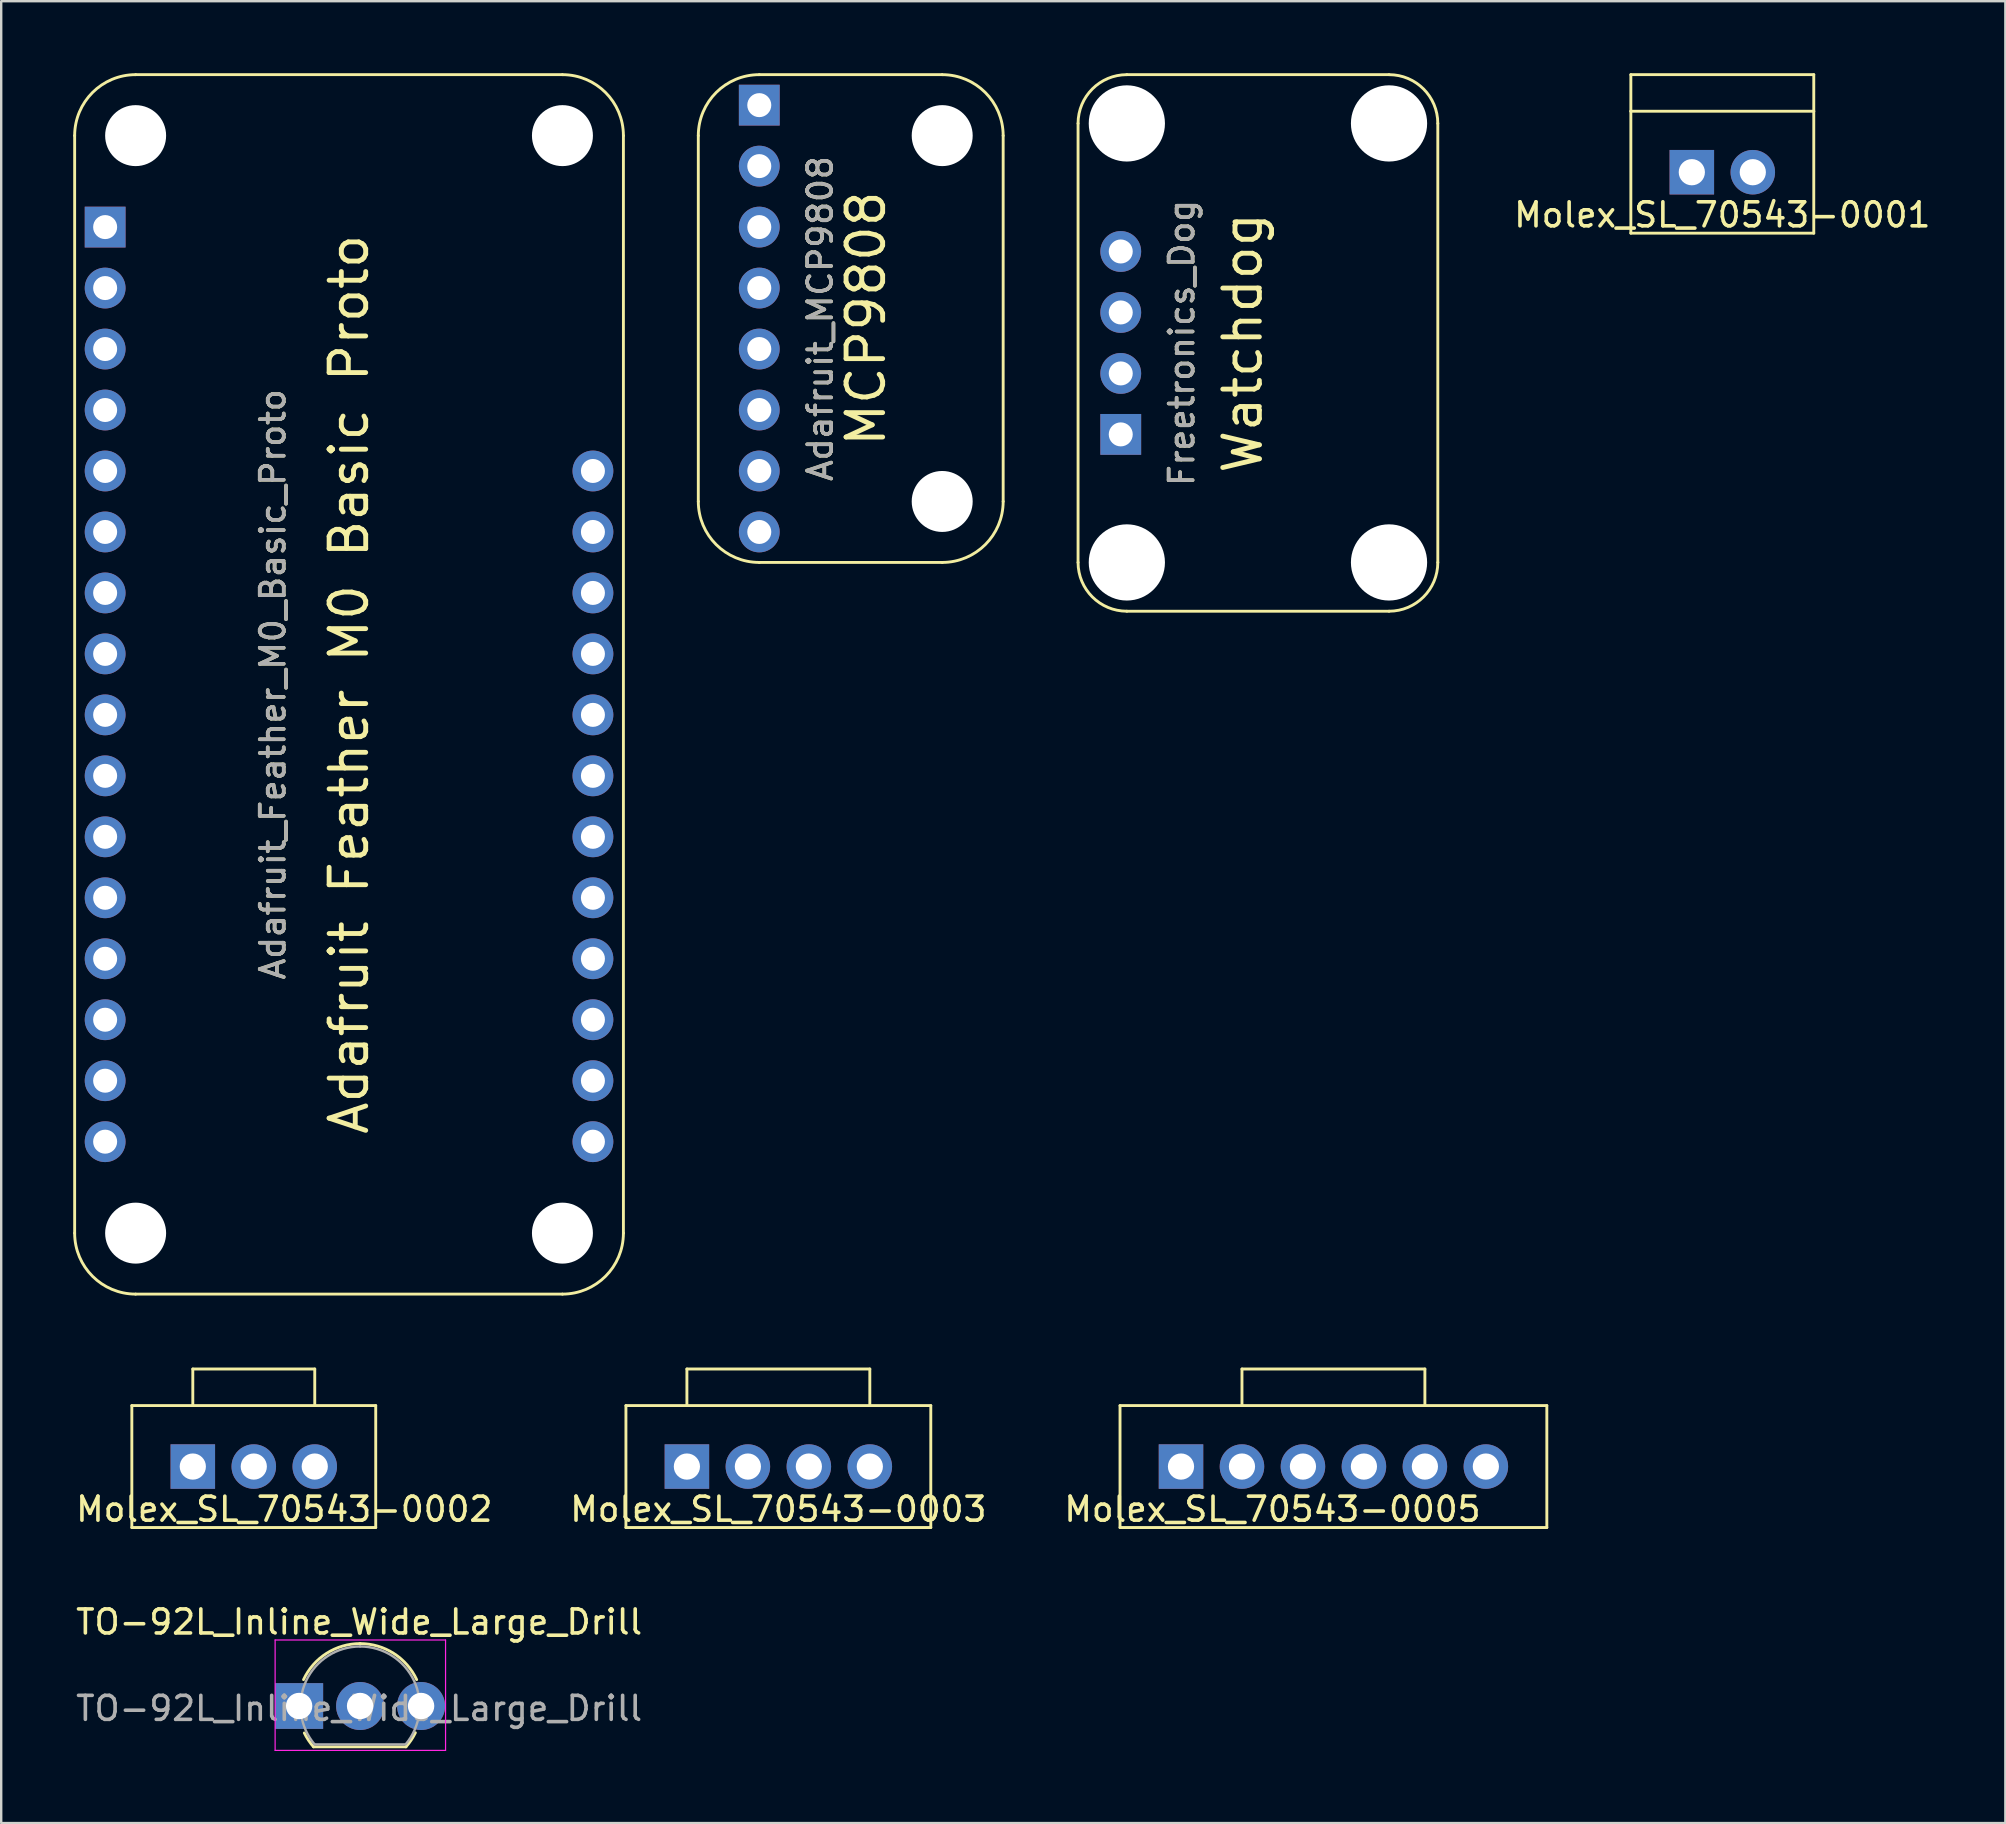
<source format=kicad_pcb>
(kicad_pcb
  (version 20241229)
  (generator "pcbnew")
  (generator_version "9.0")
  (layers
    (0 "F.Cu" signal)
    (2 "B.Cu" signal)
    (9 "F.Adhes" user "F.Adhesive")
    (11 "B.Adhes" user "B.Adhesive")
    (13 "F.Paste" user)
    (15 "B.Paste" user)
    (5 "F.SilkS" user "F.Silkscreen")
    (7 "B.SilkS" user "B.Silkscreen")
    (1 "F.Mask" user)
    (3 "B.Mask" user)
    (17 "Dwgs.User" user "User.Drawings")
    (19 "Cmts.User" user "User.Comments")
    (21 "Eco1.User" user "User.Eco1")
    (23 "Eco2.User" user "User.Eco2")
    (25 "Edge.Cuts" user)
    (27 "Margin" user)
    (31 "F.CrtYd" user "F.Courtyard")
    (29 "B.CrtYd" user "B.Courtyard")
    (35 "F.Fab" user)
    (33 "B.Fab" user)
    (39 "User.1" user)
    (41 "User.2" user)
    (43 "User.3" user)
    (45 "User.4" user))
  (footprint "Molex_SL_70543-0001"
    (layer "F.Cu")
    (at 67.428 4.124)
    (property "Reference" "Molex_SL_70543-0001" (at 1.27 1.778 0) (layer "F.SilkS") (effects (font (size 1 1) (thickness 0.15))))
    (attr through_hole)
    (fp_line (start -2.54 -4.064) (end 5.08 -4.064) (stroke (width 0.12) (type solid)) (layer "F.SilkS"))
    (fp_line (start -2.54 -2.54) (end -2.54 -4.064) (stroke (width 0.12) (type solid)) (layer "F.SilkS"))
    (fp_line (start -2.54 -2.54) (end 5.08 -2.54) (stroke (width 0.12) (type solid)) (layer "F.SilkS"))
    (fp_line (start -2.54 2.54) (end -2.54 -2.54) (stroke (width 0.12) (type solid)) (layer "F.SilkS"))
    (fp_line (start 5.08 -4.064) (end 5.08 -2.54) (stroke (width 0.12) (type solid)) (layer "F.SilkS"))
    (fp_line (start 5.08 -2.54) (end 5.08 2.54) (stroke (width 0.12) (type solid)) (layer "F.SilkS"))
    (fp_line (start 5.08 2.54) (end -2.54 2.54) (stroke (width 0.12) (type solid)) (layer "F.SilkS"))
    (pad "1" thru_hole rect (at 0 0) (size 1.854 1.854) (drill 1.092) (layers "*.Cu" "*.Mask"))
    (pad "2" thru_hole circle (at 2.54 0) (size 1.854 1.854) (drill 1.092) (layers "*.Cu" "*.Mask")))
  (footprint "Adafruit_Feather_M0_Basic_Proto"
    (layer "F.Cu")
    (at 1.33 25.46)
    (property "Reference" "Adafruit_Feather_M0_Basic_Proto" (at 6.985 0 90) (layer "F.SilkS") (effects (font (size 1 1) (thickness 0.15))))
    (attr through_hole)
    (fp_line (start -1.27 -22.86) (end -1.27 22.86) (stroke (width 0.12) (type solid)) (layer "F.SilkS"))
    (fp_line (start 1.27 -25.4) (end 19.05 -25.4) (stroke (width 0.12) (type solid)) (layer "F.SilkS"))
    (fp_line (start 19.05 25.4) (end 1.27 25.4) (stroke (width 0.12) (type solid)) (layer "F.SilkS"))
    (fp_line (start 21.59 -22.86) (end 21.59 22.86) (stroke (width 0.12) (type solid)) (layer "F.SilkS"))
    (fp_arc (start -1.27 -22.86) (mid -0.526051 -24.656051) (end 1.27 -25.4) (stroke (width 0.12) (type solid)) (layer "F.SilkS"))
    (fp_arc (start 1.27 25.4) (mid -0.526051 24.656051) (end -1.27 22.86) (stroke (width 0.12) (type solid)) (layer "F.SilkS"))
    (fp_arc (start 19.05 -25.4) (mid 20.846051 -24.656051) (end 21.59 -22.86) (stroke (width 0.12) (type solid)) (layer "F.SilkS"))
    (fp_arc (start 21.59 22.86) (mid 20.846051 24.656051) (end 19.05 25.4) (stroke (width 0.12) (type solid)) (layer "F.SilkS"))
    (fp_text user "Adafruit Feather M0 Basic Proto" (at 10.16 0 90) (layer "F.SilkS") (effects (font (size 1.524 1.524) (thickness 0.203))))
    (fp_text user "${REFERENCE}" (at 6.985 0 90) (layer "F.Fab") (effects (font (size 1 1) (thickness 0.15))))
    (pad "" np_thru_hole circle (at 1.27 -22.86) (size 2.54 2.54) (drill 2.54) (layers "*.Cu" "*.Mask"))
    (pad "" np_thru_hole circle (at 1.27 22.86) (size 2.54 2.54) (drill 2.54) (layers "*.Cu" "*.Mask"))
    (pad "" np_thru_hole circle (at 19.05 -22.86) (size 2.54 2.54) (drill 2.54) (layers "*.Cu" "*.Mask"))
    (pad "" np_thru_hole circle (at 19.05 22.86) (size 2.54 2.54) (drill 2.54) (layers "*.Cu" "*.Mask"))
    (pad "1" thru_hole rect (at 0 -19.05) (size 1.7 1.7) (drill 1) (layers "*.Cu" "*.Mask"))
    (pad "2" thru_hole oval (at 0 -16.51) (size 1.7 1.7) (drill 1) (layers "*.Cu" "*.Mask"))
    (pad "3" thru_hole oval (at 0 -13.97) (size 1.7 1.7) (drill 1) (layers "*.Cu" "*.Mask"))
    (pad "4" thru_hole oval (at 0 -11.43) (size 1.7 1.7) (drill 1) (layers "*.Cu" "*.Mask"))
    (pad "5" thru_hole oval (at 0 -8.89) (size 1.7 1.7) (drill 1) (layers "*.Cu" "*.Mask"))
    (pad "6" thru_hole oval (at 0 -6.35) (size 1.7 1.7) (drill 1) (layers "*.Cu" "*.Mask"))
    (pad "7" thru_hole oval (at 0 -3.81) (size 1.7 1.7) (drill 1) (layers "*.Cu" "*.Mask"))
    (pad "8" thru_hole oval (at 0 -1.27) (size 1.7 1.7) (drill 1) (layers "*.Cu" "*.Mask"))
    (pad "9" thru_hole oval (at 0 1.27) (size 1.7 1.7) (drill 1) (layers "*.Cu" "*.Mask"))
    (pad "10" thru_hole oval (at 0 3.81) (size 1.7 1.7) (drill 1) (layers "*.Cu" "*.Mask"))
    (pad "11" thru_hole oval (at 0 6.35) (size 1.7 1.7) (drill 1) (layers "*.Cu" "*.Mask"))
    (pad "12" thru_hole oval (at 0 8.89) (size 1.7 1.7) (drill 1) (layers "*.Cu" "*.Mask"))
    (pad "13" thru_hole oval (at 0 11.43) (size 1.7 1.7) (drill 1) (layers "*.Cu" "*.Mask"))
    (pad "14" thru_hole oval (at 0 13.97) (size 1.7 1.7) (drill 1) (layers "*.Cu" "*.Mask"))
    (pad "15" thru_hole oval (at 0 16.51) (size 1.7 1.7) (drill 1) (layers "*.Cu" "*.Mask"))
    (pad "16" thru_hole oval (at 0 19.05) (size 1.7 1.7) (drill 1) (layers "*.Cu" "*.Mask"))
    (pad "17" thru_hole oval (at 20.32 19.05) (size 1.7 1.7) (drill 1) (layers "*.Cu" "*.Mask"))
    (pad "18" thru_hole oval (at 20.32 16.51) (size 1.7 1.7) (drill 1) (layers "*.Cu" "*.Mask"))
    (pad "19" thru_hole oval (at 20.32 13.97) (size 1.7 1.7) (drill 1) (layers "*.Cu" "*.Mask"))
    (pad "20" thru_hole oval (at 20.32 11.43) (size 1.7 1.7) (drill 1) (layers "*.Cu" "*.Mask"))
    (pad "21" thru_hole oval (at 20.32 8.89) (size 1.7 1.7) (drill 1) (layers "*.Cu" "*.Mask"))
    (pad "22" thru_hole oval (at 20.32 6.35) (size 1.7 1.7) (drill 1) (layers "*.Cu" "*.Mask"))
    (pad "23" thru_hole oval (at 20.32 3.81) (size 1.7 1.7) (drill 1) (layers "*.Cu" "*.Mask"))
    (pad "24" thru_hole oval (at 20.32 1.27) (size 1.7 1.7) (drill 1) (layers "*.Cu" "*.Mask"))
    (pad "25" thru_hole oval (at 20.32 -1.27) (size 1.7 1.7) (drill 1) (layers "*.Cu" "*.Mask"))
    (pad "26" thru_hole oval (at 20.32 -3.81) (size 1.7 1.7) (drill 1) (layers "*.Cu" "*.Mask"))
    (pad "27" thru_hole oval (at 20.32 -6.35) (size 1.7 1.7) (drill 1) (layers "*.Cu" "*.Mask"))
    (pad "28" thru_hole oval (at 20.32 -8.89) (size 1.7 1.7) (drill 1) (layers "*.Cu" "*.Mask")))
  (footprint "Molex_SL_70543-0003"
    (layer "F.Cu")
    (at 25.565 58.044)
    (property "Reference" "Molex_SL_70543-0003" (at 3.81 1.778 0) (layer "F.SilkS") (effects (font (size 1 1) (thickness 0.15))))
    (attr through_hole)
    (fp_line (start -2.54 -2.54) (end 10.16 -2.54) (stroke (width 0.12) (type solid)) (layer "F.SilkS"))
    (fp_line (start -2.54 2.54) (end -2.54 -2.54) (stroke (width 0.12) (type solid)) (layer "F.SilkS"))
    (fp_line (start 0 -4.064) (end 7.62 -4.064) (stroke (width 0.12) (type solid)) (layer "F.SilkS"))
    (fp_line (start 0 -2.54) (end 0 -4.064) (stroke (width 0.12) (type solid)) (layer "F.SilkS"))
    (fp_line (start 7.62 -4.064) (end 7.62 -2.54) (stroke (width 0.12) (type solid)) (layer "F.SilkS"))
    (fp_line (start 10.16 -2.54) (end 10.16 2.54) (stroke (width 0.12) (type solid)) (layer "F.SilkS"))
    (fp_line (start 10.16 2.54) (end -2.54 2.54) (stroke (width 0.12) (type solid)) (layer "F.SilkS"))
    (pad "1" thru_hole rect (at 0 0) (size 1.854 1.854) (drill 1.092) (layers "*.Cu" "*.Mask"))
    (pad "2" thru_hole circle (at 2.54 0) (size 1.854 1.854) (drill 1.092) (layers "*.Cu" "*.Mask"))
    (pad "3" thru_hole circle (at 5.08 0) (size 1.854 1.854) (drill 1.092) (layers "*.Cu" "*.Mask"))
    (pad "4" thru_hole circle (at 7.62 0) (size 1.854 1.854) (drill 1.092) (layers "*.Cu" "*.Mask")))
  (footprint "Freetronics_Dog"
    (layer "F.Cu")
    (at 43.638 7.426)
    (property "Reference" "Freetronics_Dog" (at 2.54 3.81 90) (layer "F.SilkS") (effects (font (size 1 1) (thickness 0.15))))
    (attr through_hole)
    (fp_line (start -1.778 -5.334) (end -1.778 12.954) (stroke (width 0.12) (type solid)) (layer "F.SilkS"))
    (fp_line (start 0.254 -7.366) (end 11.176 -7.366) (stroke (width 0.12) (type solid)) (layer "F.SilkS"))
    (fp_line (start 11.176 14.986) (end 0.254 14.986) (stroke (width 0.12) (type solid)) (layer "F.SilkS"))
    (fp_line (start 13.208 -5.334) (end 13.208 12.954) (stroke (width 0.12) (type solid)) (layer "F.SilkS"))
    (fp_arc (start -1.778 -5.334) (mid -1.182841 -6.770841) (end 0.254 -7.366) (stroke (width 0.12) (type solid)) (layer "F.SilkS"))
    (fp_arc (start 0.254 14.986) (mid -1.182841 14.390841) (end -1.778 12.954) (stroke (width 0.12) (type solid)) (layer "F.SilkS"))
    (fp_arc (start 11.176 -7.366) (mid 12.612841 -6.770841) (end 13.208 -5.334) (stroke (width 0.12) (type solid)) (layer "F.SilkS"))
    (fp_arc (start 13.208 12.954) (mid 12.612841 14.390841) (end 11.176 14.986) (stroke (width 0.12) (type solid)) (layer "F.SilkS"))
    (fp_text user "Watchdog" (at 5.08 3.81 90) (layer "F.SilkS") (effects (font (size 1.524 1.524) (thickness 0.203))))
    (fp_text user "${REFERENCE}" (at 2.54 3.81 90) (layer "F.Fab") (effects (font (size 1 1) (thickness 0.15))))
    (pad "" np_thru_hole circle (at 0.254 -5.334) (size 3.175 3.175) (drill 3.175) (layers "*.Cu" "*.Mask"))
    (pad "" np_thru_hole circle (at 0.254 12.954) (size 3.175 3.175) (drill 3.175) (layers "*.Cu" "*.Mask"))
    (pad "" np_thru_hole circle (at 11.176 -5.334) (size 3.175 3.175) (drill 3.175) (layers "*.Cu" "*.Mask"))
    (pad "" np_thru_hole circle (at 11.176 12.954) (size 3.175 3.175) (drill 3.175) (layers "*.Cu" "*.Mask"))
    (pad "1" thru_hole rect (at 0 7.62) (size 1.7 1.7) (drill 1) (layers "*.Cu" "*.Mask"))
    (pad "2" thru_hole oval (at 0 5.08) (size 1.7 1.7) (drill 1) (layers "*.Cu" "*.Mask"))
    (pad "3" thru_hole oval (at 0 2.54) (size 1.7 1.7) (drill 1) (layers "*.Cu" "*.Mask"))
    (pad "4" thru_hole oval (at 0 0) (size 1.7 1.7) (drill 1) (layers "*.Cu" "*.Mask")))
  (footprint "Molex_SL_70543-0002"
    (layer "F.Cu")
    (at 4.982 58.044)
    (property "Reference" "Molex_SL_70543-0002" (at 3.81 1.778 0) (layer "F.SilkS") (effects (font (size 1 1) (thickness 0.15))))
    (attr through_hole)
    (fp_line (start -2.54 -2.54) (end 7.62 -2.54) (stroke (width 0.12) (type solid)) (layer "F.SilkS"))
    (fp_line (start -2.54 2.54) (end -2.54 -2.54) (stroke (width 0.12) (type solid)) (layer "F.SilkS"))
    (fp_line (start 0 -4.064) (end 5.08 -4.064) (stroke (width 0.12) (type solid)) (layer "F.SilkS"))
    (fp_line (start 0 -2.54) (end 0 -4.064) (stroke (width 0.12) (type solid)) (layer "F.SilkS"))
    (fp_line (start 5.08 -4.064) (end 5.08 -2.54) (stroke (width 0.12) (type solid)) (layer "F.SilkS"))
    (fp_line (start 7.62 -2.54) (end 7.62 2.54) (stroke (width 0.12) (type solid)) (layer "F.SilkS"))
    (fp_line (start 7.62 2.54) (end -2.54 2.54) (stroke (width 0.12) (type solid)) (layer "F.SilkS"))
    (pad "1" thru_hole rect (at 0 0) (size 1.854 1.854) (drill 1.092) (layers "*.Cu" "*.Mask"))
    (pad "2" thru_hole circle (at 2.54 0) (size 1.854 1.854) (drill 1.092) (layers "*.Cu" "*.Mask"))
    (pad "3" thru_hole circle (at 5.08 0) (size 1.854 1.854) (drill 1.092) (layers "*.Cu" "*.Mask")))
  (footprint "Adafruit_MCP9808"
    (layer "F.Cu")
    (at 28.58 1.33)
    (property "Reference" "Adafruit_MCP9808" (at 2.54 8.89 90) (layer "F.SilkS") (effects (font (size 1 1) (thickness 0.15))))
    (attr through_hole)
    (fp_line (start -2.54 1.27) (end -2.54 16.51) (stroke (width 0.12) (type solid)) (layer "F.SilkS"))
    (fp_line (start 0 -1.27) (end 7.62 -1.27) (stroke (width 0.12) (type solid)) (layer "F.SilkS"))
    (fp_line (start 7.62 19.05) (end 0 19.05) (stroke (width 0.12) (type solid)) (layer "F.SilkS"))
    (fp_line (start 10.16 1.27) (end 10.16 16.51) (stroke (width 0.12) (type solid)) (layer "F.SilkS"))
    (fp_arc (start -2.54 1.27) (mid -1.796051 -0.526051) (end 0 -1.27) (stroke (width 0.12) (type solid)) (layer "F.SilkS"))
    (fp_arc (start 0 19.05) (mid -1.796051 18.306051) (end -2.54 16.51) (stroke (width 0.12) (type solid)) (layer "F.SilkS"))
    (fp_arc (start 7.62 -1.27) (mid 9.416051 -0.526051) (end 10.16 1.27) (stroke (width 0.12) (type solid)) (layer "F.SilkS"))
    (fp_arc (start 10.16 16.51) (mid 9.416051 18.306051) (end 7.62 19.05) (stroke (width 0.12) (type solid)) (layer "F.SilkS"))
    (fp_text user "MCP9808" (at 4.445 8.89 90) (layer "F.SilkS") (effects (font (size 1.524 1.524) (thickness 0.203))))
    (fp_text user "${REFERENCE}" (at 2.54 8.89 90) (layer "F.Fab") (effects (font (size 1 1) (thickness 0.15))))
    (pad "" np_thru_hole circle (at 7.62 1.27) (size 2.54 2.54) (drill 2.54) (layers "*.Cu" "*.Mask"))
    (pad "" np_thru_hole circle (at 7.62 16.51) (size 2.54 2.54) (drill 2.54) (layers "*.Cu" "*.Mask"))
    (pad "1" thru_hole rect (at 0 0) (size 1.7 1.7) (drill 1) (layers "*.Cu" "*.Mask"))
    (pad "2" thru_hole oval (at 0 2.54) (size 1.7 1.7) (drill 1) (layers "*.Cu" "*.Mask"))
    (pad "3" thru_hole oval (at 0 5.08) (size 1.7 1.7) (drill 1) (layers "*.Cu" "*.Mask"))
    (pad "4" thru_hole oval (at 0 7.62) (size 1.7 1.7) (drill 1) (layers "*.Cu" "*.Mask"))
    (pad "5" thru_hole oval (at 0 10.16) (size 1.7 1.7) (drill 1) (layers "*.Cu" "*.Mask"))
    (pad "6" thru_hole oval (at 0 12.7) (size 1.7 1.7) (drill 1) (layers "*.Cu" "*.Mask"))
    (pad "7" thru_hole oval (at 0 15.24) (size 1.7 1.7) (drill 1) (layers "*.Cu" "*.Mask"))
    (pad "8" thru_hole oval (at 0 17.78) (size 1.7 1.7) (drill 1) (layers "*.Cu" "*.Mask")))
  (footprint "Molex_SL_70543-0005"
    (layer "F.Cu")
    (at 46.148 58.044)
    (property "Reference" "Molex_SL_70543-0005" (at 3.81 1.778 0) (layer "F.SilkS") (effects (font (size 1 1) (thickness 0.15))))
    (attr through_hole)
    (fp_line (start -2.54 -2.54) (end 15.24 -2.54) (stroke (width 0.12) (type solid)) (layer "F.SilkS"))
    (fp_line (start -2.54 2.54) (end -2.54 -2.54) (stroke (width 0.12) (type solid)) (layer "F.SilkS"))
    (fp_line (start 2.54 -4.064) (end 10.16 -4.064) (stroke (width 0.12) (type solid)) (layer "F.SilkS"))
    (fp_line (start 2.54 -2.54) (end 2.54 -4.064) (stroke (width 0.12) (type solid)) (layer "F.SilkS"))
    (fp_line (start 10.16 -4.064) (end 10.16 -2.54) (stroke (width 0.12) (type solid)) (layer "F.SilkS"))
    (fp_line (start 15.24 -2.54) (end 15.24 2.54) (stroke (width 0.12) (type solid)) (layer "F.SilkS"))
    (fp_line (start 15.24 2.54) (end -2.54 2.54) (stroke (width 0.12) (type solid)) (layer "F.SilkS"))
    (pad "1" thru_hole rect (at 0 0) (size 1.854 1.854) (drill 1.092) (layers "*.Cu" "*.Mask"))
    (pad "2" thru_hole circle (at 2.54 0) (size 1.854 1.854) (drill 1.092) (layers "*.Cu" "*.Mask"))
    (pad "3" thru_hole circle (at 5.08 0) (size 1.854 1.854) (drill 1.092) (layers "*.Cu" "*.Mask"))
    (pad "4" thru_hole circle (at 7.62 0) (size 1.854 1.854) (drill 1.092) (layers "*.Cu" "*.Mask"))
    (pad "5" thru_hole circle (at 10.16 0) (size 1.854 1.854) (drill 1.092) (layers "*.Cu" "*.Mask"))
    (pad "6" thru_hole circle (at 12.7 0) (size 1.854 1.854) (drill 1.092) (layers "*.Cu" "*.Mask")))
  (footprint "TO-92L_Inline_Wide_Large_Drill"
    (layer "F.Cu")
    (at 9.411 68.019)
    (property "Reference" "TO-92L_Inline_Wide_Large_Drill" (at 2.5 -3.5 0) (layer "F.SilkS") (effects (font (size 1 1) (thickness 0.15))))
    (attr through_hole)
    (fp_line (start 0.6 1.7) (end 4.45 1.7) (stroke (width 0.12) (type solid)) (layer "F.SilkS"))
    (fp_arc (start 0.1836 -1.098807) (mid 1.143021 -2.192817) (end 2.54 -2.6) (stroke (width 0.12) (type solid)) (layer "F.SilkS"))
    (fp_arc (start 0.6 1.7) (mid 0.389183 1.423933) (end 0.217369 1.122045) (stroke (width 0.12) (type solid)) (layer "F.SilkS"))
    (fp_arc (start 2.54 -2.6) (mid 3.936979 -2.192818) (end 4.8964 -1.098807) (stroke (width 0.12) (type solid)) (layer "F.SilkS"))
    (fp_arc (start 4.842383 1.112264) (mid 4.666594 1.419753) (end 4.45 1.7) (stroke (width 0.12) (type solid)) (layer "F.SilkS"))
    (fp_line (start -1 -2.75) (end -1 1.85) (stroke (width 0.05) (type solid)) (layer "F.CrtYd"))
    (fp_line (start -1 -2.75) (end 6.1 -2.75) (stroke (width 0.05) (type solid)) (layer "F.CrtYd"))
    (fp_line (start 6.1 1.85) (end -1 1.85) (stroke (width 0.05) (type solid)) (layer "F.CrtYd"))
    (fp_line (start 6.1 1.85) (end 6.1 -2.75) (stroke (width 0.05) (type solid)) (layer "F.CrtYd"))
    (fp_line (start 0.65 1.6) (end 4.4 1.6) (stroke (width 0.1) (type solid)) (layer "F.Fab"))
    (fp_arc (start 0.647182 1.602385) (mid 0.290076 -1.043188) (end 2.54 -2.48) (stroke (width 0.1) (type solid)) (layer "F.Fab"))
    (fp_arc (start 2.54 -2.48) (mid 4.787211 -1.049019) (end 4.441103 1.592547) (stroke (width 0.1) (type solid)) (layer "F.Fab"))
    (fp_text user "${REFERENCE}" (at 2.5 0.1 180) (layer "F.Fab") (effects (font (size 1 1) (thickness 0.15))))
    (pad "1" thru_hole rect (at 0 0 90) (size 1.905 2) (drill 1.1) (layers "*.Cu" "*.Mask"))
    (pad "2" thru_hole circle (at 2.54 0 90) (size 2 2) (drill 1.1) (layers "*.Cu" "*.Mask"))
    (pad "3" thru_hole circle (at 5.08 0 90) (size 2 2) (drill 1.1) (layers "*.Cu" "*.Mask")))
  (gr_rect
    (start -3 -3)
    (end 80.489 72.894)
    (stroke (width 0.1) (type default))
    (fill no)
    (layer "Edge.Cuts")))
</source>
